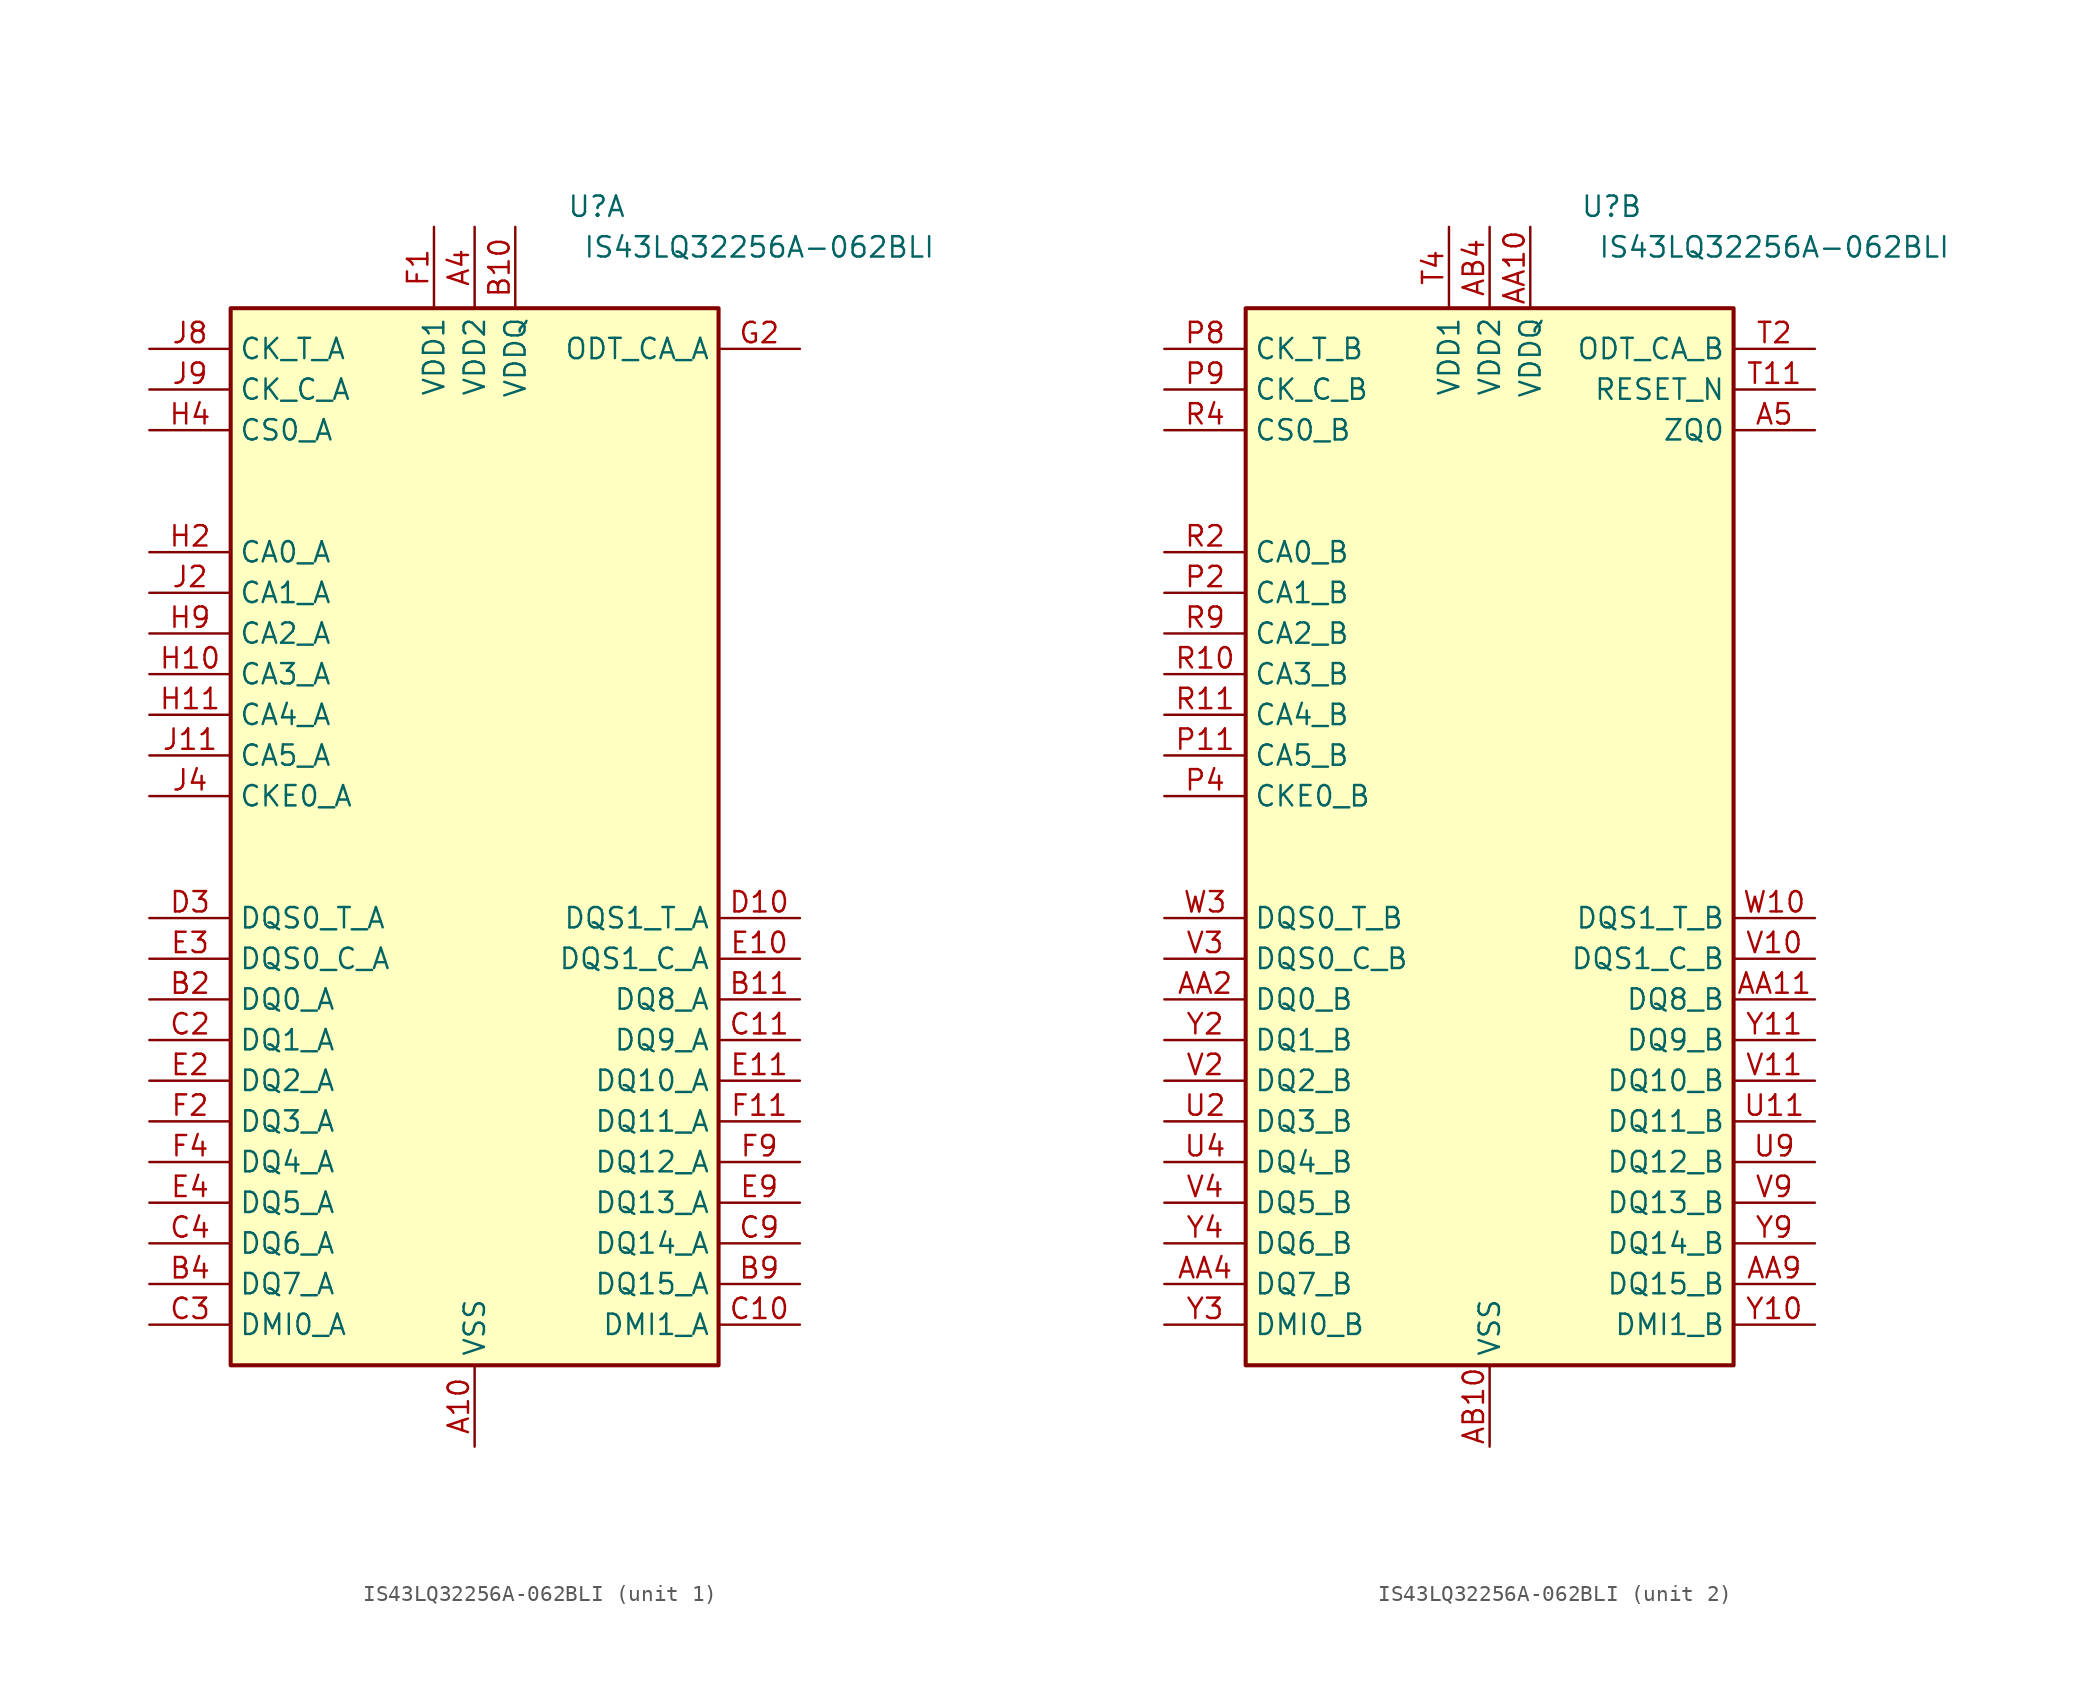
<source format=kicad_sym>
(kicad_symbol_lib
  (version 20241209)
  (generator "kicad_symbol_editor")
  (generator_version "9.0")
  (symbol "IS43LQ32256A-062BLI"
    (property "Reference" "U"
      (at 7.62 39.37 0)
      (effects (font (size 1.27 1.27))))
    (property "Value" "IS43LQ32256A-062BLI"
      (at 17.78 36.83 0)
      (effects (font (size 1.27 1.27))))
    (property "ki_locked" ""
      (at 0 0 0)
      (effects (font (size 1.27 1.27))))
    (symbol "IS43LQ32256A-062BLI_1_0"
      (rectangle (start -15.24 -33.02) (end 15.24 33.02) (stroke (width 0.254) (type default)) (fill (type background))))
    (symbol "IS43LQ32256A-062BLI_1_1"
      (pin input line (at -20.32 30.48 0) (length 5.08) (name "CK_T_A" (effects (font (size 1.27 1.27)))) (number "J8" (effects (font (size 1.27 1.27)))))
      (pin input line (at -20.32 27.94 0) (length 5.08) (name "CK_C_A" (effects (font (size 1.27 1.27)))) (number "J9" (effects (font (size 1.27 1.27)))))
      (pin input line (at -20.32 25.4 0) (length 5.08) (name "CS0_A" (effects (font (size 1.27 1.27)))) (number "H4" (effects (font (size 1.27 1.27)))))
      (pin input line (at -20.32 17.78 0) (length 5.08) (name "CA0_A" (effects (font (size 1.27 1.27)))) (number "H2" (effects (font (size 1.27 1.27)))))
      (pin input line (at -20.32 15.24 0) (length 5.08) (name "CA1_A" (effects (font (size 1.27 1.27)))) (number "J2" (effects (font (size 1.27 1.27)))))
      (pin input line (at -20.32 12.7 0) (length 5.08) (name "CA2_A" (effects (font (size 1.27 1.27)))) (number "H9" (effects (font (size 1.27 1.27)))))
      (pin input line (at -20.32 10.16 0) (length 5.08) (name "CA3_A" (effects (font (size 1.27 1.27)))) (number "H10" (effects (font (size 1.27 1.27)))))
      (pin input line (at -20.32 7.62 0) (length 5.08) (name "CA4_A" (effects (font (size 1.27 1.27)))) (number "H11" (effects (font (size 1.27 1.27)))))
      (pin input line (at -20.32 5.08 0) (length 5.08) (name "CA5_A" (effects (font (size 1.27 1.27)))) (number "J11" (effects (font (size 1.27 1.27)))))
      (pin input line (at -20.32 2.54 0) (length 5.08) (name "CKE0_A" (effects (font (size 1.27 1.27)))) (number "J4" (effects (font (size 1.27 1.27)))))
      (pin bidirectional line (at -20.32 -5.08 0) (length 5.08) (name "DQS0_T_A" (effects (font (size 1.27 1.27)))) (number "D3" (effects (font (size 1.27 1.27)))))
      (pin bidirectional line (at -20.32 -7.62 0) (length 5.08) (name "DQS0_C_A" (effects (font (size 1.27 1.27)))) (number "E3" (effects (font (size 1.27 1.27)))))
      (pin bidirectional line (at -20.32 -10.16 0) (length 5.08) (name "DQ0_A" (effects (font (size 1.27 1.27)))) (number "B2" (effects (font (size 1.27 1.27)))))
      (pin bidirectional line (at -20.32 -12.7 0) (length 5.08) (name "DQ1_A" (effects (font (size 1.27 1.27)))) (number "C2" (effects (font (size 1.27 1.27)))))
      (pin bidirectional line (at -20.32 -15.24 0) (length 5.08) (name "DQ2_A" (effects (font (size 1.27 1.27)))) (number "E2" (effects (font (size 1.27 1.27)))))
      (pin bidirectional line (at -20.32 -17.78 0) (length 5.08) (name "DQ3_A" (effects (font (size 1.27 1.27)))) (number "F2" (effects (font (size 1.27 1.27)))))
      (pin bidirectional line (at -20.32 -20.32 0) (length 5.08) (name "DQ4_A" (effects (font (size 1.27 1.27)))) (number "F4" (effects (font (size 1.27 1.27)))))
      (pin bidirectional line (at -20.32 -22.86 0) (length 5.08) (name "DQ5_A" (effects (font (size 1.27 1.27)))) (number "E4" (effects (font (size 1.27 1.27)))))
      (pin bidirectional line (at -20.32 -25.4 0) (length 5.08) (name "DQ6_A" (effects (font (size 1.27 1.27)))) (number "C4" (effects (font (size 1.27 1.27)))))
      (pin bidirectional line (at -20.32 -27.94 0) (length 5.08) (name "DQ7_A" (effects (font (size 1.27 1.27)))) (number "B4" (effects (font (size 1.27 1.27)))))
      (pin bidirectional line (at -20.32 -30.48 0) (length 5.08) (name "DMI0_A" (effects (font (size 1.27 1.27)))) (number "C3" (effects (font (size 1.27 1.27)))))
      (pin no_connect line (at -15.24 22.86 0) (length 5.08) (hide yes) (name "NC" (effects (font (size 1.27 1.27)))) (number "H3" (effects (font (size 1.27 1.27)))))
      (pin no_connect line (at -15.24 20.32 0) (length 5.08) (hide yes) (name "NC" (effects (font (size 1.27 1.27)))) (number "K5" (effects (font (size 1.27 1.27)))))
      (pin no_connect line (at -15.24 0 0) (length 5.08) (hide yes) (name "NC" (effects (font (size 1.27 1.27)))) (number "J5" (effects (font (size 1.27 1.27)))))
      (pin no_connect line (at -15.24 -2.54 0) (length 5.08) (hide yes) (name "NC" (effects (font (size 1.27 1.27)))) (number "K8" (effects (font (size 1.27 1.27)))))
      (pin power_in line (at -2.54 38.1 270) (length 5.08) (name "VDD1" (effects (font (size 1.27 1.27)))) (number "F1" (effects (font (size 1.27 1.27)))))
      (pin passive line (at -2.54 38.1 270) (length 5.08) (hide yes) (name "VDD1" (effects (font (size 1.27 1.27)))) (number "F12" (effects (font (size 1.27 1.27)))))
      (pin passive line (at -2.54 38.1 270) (length 5.08) (hide yes) (name "VDD1" (effects (font (size 1.27 1.27)))) (number "G4" (effects (font (size 1.27 1.27)))))
      (pin passive line (at -2.54 38.1 270) (length 5.08) (hide yes) (name "VDD1" (effects (font (size 1.27 1.27)))) (number "G9" (effects (font (size 1.27 1.27)))))
      (pin power_in line (at 0 38.1 270) (length 5.08) (name "VDD2" (effects (font (size 1.27 1.27)))) (number "A4" (effects (font (size 1.27 1.27)))))
      (pin passive line (at 0 38.1 270) (length 5.08) (hide yes) (name "VDD2" (effects (font (size 1.27 1.27)))) (number "A9" (effects (font (size 1.27 1.27)))))
      (pin passive line (at 0 38.1 270) (length 5.08) (hide yes) (name "VDD2" (effects (font (size 1.27 1.27)))) (number "F5" (effects (font (size 1.27 1.27)))))
      (pin passive line (at 0 38.1 270) (length 5.08) (hide yes) (name "VDD2" (effects (font (size 1.27 1.27)))) (number "F8" (effects (font (size 1.27 1.27)))))
      (pin passive line (at 0 38.1 270) (length 5.08) (hide yes) (name "VDD2" (effects (font (size 1.27 1.27)))) (number "H1" (effects (font (size 1.27 1.27)))))
      (pin passive line (at 0 38.1 270) (length 5.08) (hide yes) (name "VDD2" (effects (font (size 1.27 1.27)))) (number "H12" (effects (font (size 1.27 1.27)))))
      (pin passive line (at 0 38.1 270) (length 5.08) (hide yes) (name "VDD2" (effects (font (size 1.27 1.27)))) (number "H5" (effects (font (size 1.27 1.27)))))
      (pin passive line (at 0 38.1 270) (length 5.08) (hide yes) (name "VDD2" (effects (font (size 1.27 1.27)))) (number "H8" (effects (font (size 1.27 1.27)))))
      (pin passive line (at 0 38.1 270) (length 5.08) (hide yes) (name "VDD2" (effects (font (size 1.27 1.27)))) (number "K1" (effects (font (size 1.27 1.27)))))
      (pin passive line (at 0 38.1 270) (length 5.08) (hide yes) (name "VDD2" (effects (font (size 1.27 1.27)))) (number "K10" (effects (font (size 1.27 1.27)))))
      (pin passive line (at 0 38.1 270) (length 5.08) (hide yes) (name "VDD2" (effects (font (size 1.27 1.27)))) (number "K12" (effects (font (size 1.27 1.27)))))
      (pin passive line (at 0 38.1 270) (length 5.08) (hide yes) (name "VDD2" (effects (font (size 1.27 1.27)))) (number "K3" (effects (font (size 1.27 1.27)))))
      (pin power_in line (at 0 -38.1 90) (length 5.08) (name "VSS" (effects (font (size 1.27 1.27)))) (number "A10" (effects (font (size 1.27 1.27)))))
      (pin passive line (at 0 -38.1 90) (length 5.08) (hide yes) (name "VSS" (effects (font (size 1.27 1.27)))) (number "A3" (effects (font (size 1.27 1.27)))))
      (pin passive line (at 0 -38.1 90) (length 5.08) (hide yes) (name "VSS" (effects (font (size 1.27 1.27)))) (number "C1" (effects (font (size 1.27 1.27)))))
      (pin passive line (at 0 -38.1 90) (length 5.08) (hide yes) (name "VSS" (effects (font (size 1.27 1.27)))) (number "C12" (effects (font (size 1.27 1.27)))))
      (pin passive line (at 0 -38.1 90) (length 5.08) (hide yes) (name "VSS" (effects (font (size 1.27 1.27)))) (number "C5" (effects (font (size 1.27 1.27)))))
      (pin passive line (at 0 -38.1 90) (length 5.08) (hide yes) (name "VSS" (effects (font (size 1.27 1.27)))) (number "C8" (effects (font (size 1.27 1.27)))))
      (pin passive line (at 0 -38.1 90) (length 5.08) (hide yes) (name "VSS" (effects (font (size 1.27 1.27)))) (number "D11" (effects (font (size 1.27 1.27)))))
      (pin passive line (at 0 -38.1 90) (length 5.08) (hide yes) (name "VSS" (effects (font (size 1.27 1.27)))) (number "D2" (effects (font (size 1.27 1.27)))))
      (pin passive line (at 0 -38.1 90) (length 5.08) (hide yes) (name "VSS" (effects (font (size 1.27 1.27)))) (number "D4" (effects (font (size 1.27 1.27)))))
      (pin passive line (at 0 -38.1 90) (length 5.08) (hide yes) (name "VSS" (effects (font (size 1.27 1.27)))) (number "D9" (effects (font (size 1.27 1.27)))))
      (pin passive line (at 0 -38.1 90) (length 5.08) (hide yes) (name "VSS" (effects (font (size 1.27 1.27)))) (number "E1" (effects (font (size 1.27 1.27)))))
      (pin passive line (at 0 -38.1 90) (length 5.08) (hide yes) (name "VSS" (effects (font (size 1.27 1.27)))) (number "E12" (effects (font (size 1.27 1.27)))))
      (pin passive line (at 0 -38.1 90) (length 5.08) (hide yes) (name "VSS" (effects (font (size 1.27 1.27)))) (number "E5" (effects (font (size 1.27 1.27)))))
      (pin passive line (at 0 -38.1 90) (length 5.08) (hide yes) (name "VSS" (effects (font (size 1.27 1.27)))) (number "E8" (effects (font (size 1.27 1.27)))))
      (pin passive line (at 0 -38.1 90) (length 5.08) (hide yes) (name "VSS" (effects (font (size 1.27 1.27)))) (number "G1" (effects (font (size 1.27 1.27)))))
      (pin passive line (at 0 -38.1 90) (length 5.08) (hide yes) (name "VSS" (effects (font (size 1.27 1.27)))) (number "G10" (effects (font (size 1.27 1.27)))))
      (pin passive line (at 0 -38.1 90) (length 5.08) (hide yes) (name "VSS" (effects (font (size 1.27 1.27)))) (number "G12" (effects (font (size 1.27 1.27)))))
      (pin passive line (at 0 -38.1 90) (length 5.08) (hide yes) (name "VSS" (effects (font (size 1.27 1.27)))) (number "G3" (effects (font (size 1.27 1.27)))))
      (pin passive line (at 0 -38.1 90) (length 5.08) (hide yes) (name "VSS" (effects (font (size 1.27 1.27)))) (number "G5" (effects (font (size 1.27 1.27)))))
      (pin passive line (at 0 -38.1 90) (length 5.08) (hide yes) (name "VSS" (effects (font (size 1.27 1.27)))) (number "G8" (effects (font (size 1.27 1.27)))))
      (pin passive line (at 0 -38.1 90) (length 5.08) (hide yes) (name "VSS" (effects (font (size 1.27 1.27)))) (number "J1" (effects (font (size 1.27 1.27)))))
      (pin passive line (at 0 -38.1 90) (length 5.08) (hide yes) (name "VSS" (effects (font (size 1.27 1.27)))) (number "J10" (effects (font (size 1.27 1.27)))))
      (pin passive line (at 0 -38.1 90) (length 5.08) (hide yes) (name "VSS" (effects (font (size 1.27 1.27)))) (number "J12" (effects (font (size 1.27 1.27)))))
      (pin passive line (at 0 -38.1 90) (length 5.08) (hide yes) (name "VSS" (effects (font (size 1.27 1.27)))) (number "J3" (effects (font (size 1.27 1.27)))))
      (pin passive line (at 0 -38.1 90) (length 5.08) (hide yes) (name "VSS" (effects (font (size 1.27 1.27)))) (number "K11" (effects (font (size 1.27 1.27)))))
      (pin passive line (at 0 -38.1 90) (length 5.08) (hide yes) (name "VSS" (effects (font (size 1.27 1.27)))) (number "K2" (effects (font (size 1.27 1.27)))))
      (pin passive line (at 0 -38.1 90) (length 5.08) (hide yes) (name "VSS" (effects (font (size 1.27 1.27)))) (number "K4" (effects (font (size 1.27 1.27)))))
      (pin passive line (at 0 -38.1 90) (length 5.08) (hide yes) (name "VSS" (effects (font (size 1.27 1.27)))) (number "K9" (effects (font (size 1.27 1.27)))))
      (pin power_in line (at 2.54 38.1 270) (length 5.08) (name "VDDQ" (effects (font (size 1.27 1.27)))) (number "B10" (effects (font (size 1.27 1.27)))))
      (pin passive line (at 2.54 38.1 270) (length 5.08) (hide yes) (name "VDDQ" (effects (font (size 1.27 1.27)))) (number "B3" (effects (font (size 1.27 1.27)))))
      (pin passive line (at 2.54 38.1 270) (length 5.08) (hide yes) (name "VDDQ" (effects (font (size 1.27 1.27)))) (number "B5" (effects (font (size 1.27 1.27)))))
      (pin passive line (at 2.54 38.1 270) (length 5.08) (hide yes) (name "VDDQ" (effects (font (size 1.27 1.27)))) (number "B8" (effects (font (size 1.27 1.27)))))
      (pin passive line (at 2.54 38.1 270) (length 5.08) (hide yes) (name "VDDQ" (effects (font (size 1.27 1.27)))) (number "D1" (effects (font (size 1.27 1.27)))))
      (pin passive line (at 2.54 38.1 270) (length 5.08) (hide yes) (name "VDDQ" (effects (font (size 1.27 1.27)))) (number "D12" (effects (font (size 1.27 1.27)))))
      (pin passive line (at 2.54 38.1 270) (length 5.08) (hide yes) (name "VDDQ" (effects (font (size 1.27 1.27)))) (number "D5" (effects (font (size 1.27 1.27)))))
      (pin passive line (at 2.54 38.1 270) (length 5.08) (hide yes) (name "VDDQ" (effects (font (size 1.27 1.27)))) (number "D8" (effects (font (size 1.27 1.27)))))
      (pin passive line (at 2.54 38.1 270) (length 5.08) (hide yes) (name "VDDQ" (effects (font (size 1.27 1.27)))) (number "F10" (effects (font (size 1.27 1.27)))))
      (pin passive line (at 2.54 38.1 270) (length 5.08) (hide yes) (name "VDDQ" (effects (font (size 1.27 1.27)))) (number "F3" (effects (font (size 1.27 1.27)))))
      (pin no_connect line (at 15.24 12.7 180) (length 5.08) (hide yes) (name "DNU" (effects (font (size 1.27 1.27)))) (number "A1" (effects (font (size 1.27 1.27)))))
      (pin no_connect line (at 15.24 10.16 180) (length 5.08) (hide yes) (name "DNU" (effects (font (size 1.27 1.27)))) (number "A2" (effects (font (size 1.27 1.27)))))
      (pin no_connect line (at 15.24 7.62 180) (length 5.08) (hide yes) (name "DNU" (effects (font (size 1.27 1.27)))) (number "A11" (effects (font (size 1.27 1.27)))))
      (pin no_connect line (at 15.24 5.08 180) (length 5.08) (hide yes) (name "DNU" (effects (font (size 1.27 1.27)))) (number "A12" (effects (font (size 1.27 1.27)))))
      (pin no_connect line (at 15.24 2.54 180) (length 5.08) (hide yes) (name "DNU" (effects (font (size 1.27 1.27)))) (number "B1" (effects (font (size 1.27 1.27)))))
      (pin no_connect line (at 15.24 0 180) (length 5.08) (hide yes) (name "DNU" (effects (font (size 1.27 1.27)))) (number "B12" (effects (font (size 1.27 1.27)))))
      (pin input line (at 20.32 30.48 180) (length 5.08) (name "ODT_CA_A" (effects (font (size 1.27 1.27)))) (number "G2" (effects (font (size 1.27 1.27)))))
      (pin bidirectional line (at 20.32 -5.08 180) (length 5.08) (name "DQS1_T_A" (effects (font (size 1.27 1.27)))) (number "D10" (effects (font (size 1.27 1.27)))))
      (pin bidirectional line (at 20.32 -7.62 180) (length 5.08) (name "DQS1_C_A" (effects (font (size 1.27 1.27)))) (number "E10" (effects (font (size 1.27 1.27)))))
      (pin bidirectional line (at 20.32 -10.16 180) (length 5.08) (name "DQ8_A" (effects (font (size 1.27 1.27)))) (number "B11" (effects (font (size 1.27 1.27)))))
      (pin bidirectional line (at 20.32 -12.7 180) (length 5.08) (name "DQ9_A" (effects (font (size 1.27 1.27)))) (number "C11" (effects (font (size 1.27 1.27)))))
      (pin bidirectional line (at 20.32 -15.24 180) (length 5.08) (name "DQ10_A" (effects (font (size 1.27 1.27)))) (number "E11" (effects (font (size 1.27 1.27)))))
      (pin bidirectional line (at 20.32 -17.78 180) (length 5.08) (name "DQ11_A" (effects (font (size 1.27 1.27)))) (number "F11" (effects (font (size 1.27 1.27)))))
      (pin bidirectional line (at 20.32 -20.32 180) (length 5.08) (name "DQ12_A" (effects (font (size 1.27 1.27)))) (number "F9" (effects (font (size 1.27 1.27)))))
      (pin bidirectional line (at 20.32 -22.86 180) (length 5.08) (name "DQ13_A" (effects (font (size 1.27 1.27)))) (number "E9" (effects (font (size 1.27 1.27)))))
      (pin bidirectional line (at 20.32 -25.4 180) (length 5.08) (name "DQ14_A" (effects (font (size 1.27 1.27)))) (number "C9" (effects (font (size 1.27 1.27)))))
      (pin bidirectional line (at 20.32 -27.94 180) (length 5.08) (name "DQ15_A" (effects (font (size 1.27 1.27)))) (number "B9" (effects (font (size 1.27 1.27)))))
      (pin bidirectional line (at 20.32 -30.48 180) (length 5.08) (name "DMI1_A" (effects (font (size 1.27 1.27)))) (number "C10" (effects (font (size 1.27 1.27))))))
    (symbol "IS43LQ32256A-062BLI_2_0"
      (rectangle (start -15.24 -33.02) (end 15.24 33.02) (stroke (width 0.254) (type default)) (fill (type background))))
    (symbol "IS43LQ32256A-062BLI_2_1"
      (pin input line (at -20.32 30.48 0) (length 5.08) (name "CK_T_B" (effects (font (size 1.27 1.27)))) (number "P8" (effects (font (size 1.27 1.27)))))
      (pin input line (at -20.32 27.94 0) (length 5.08) (name "CK_C_B" (effects (font (size 1.27 1.27)))) (number "P9" (effects (font (size 1.27 1.27)))))
      (pin input line (at -20.32 25.4 0) (length 5.08) (name "CS0_B" (effects (font (size 1.27 1.27)))) (number "R4" (effects (font (size 1.27 1.27)))))
      (pin input line (at -20.32 17.78 0) (length 5.08) (name "CA0_B" (effects (font (size 1.27 1.27)))) (number "R2" (effects (font (size 1.27 1.27)))))
      (pin input line (at -20.32 15.24 0) (length 5.08) (name "CA1_B" (effects (font (size 1.27 1.27)))) (number "P2" (effects (font (size 1.27 1.27)))))
      (pin input line (at -20.32 12.7 0) (length 5.08) (name "CA2_B" (effects (font (size 1.27 1.27)))) (number "R9" (effects (font (size 1.27 1.27)))))
      (pin input line (at -20.32 10.16 0) (length 5.08) (name "CA3_B" (effects (font (size 1.27 1.27)))) (number "R10" (effects (font (size 1.27 1.27)))))
      (pin input line (at -20.32 7.62 0) (length 5.08) (name "CA4_B" (effects (font (size 1.27 1.27)))) (number "R11" (effects (font (size 1.27 1.27)))))
      (pin input line (at -20.32 5.08 0) (length 5.08) (name "CA5_B" (effects (font (size 1.27 1.27)))) (number "P11" (effects (font (size 1.27 1.27)))))
      (pin input line (at -20.32 2.54 0) (length 5.08) (name "CKE0_B" (effects (font (size 1.27 1.27)))) (number "P4" (effects (font (size 1.27 1.27)))))
      (pin bidirectional line (at -20.32 -5.08 0) (length 5.08) (name "DQS0_T_B" (effects (font (size 1.27 1.27)))) (number "W3" (effects (font (size 1.27 1.27)))))
      (pin bidirectional line (at -20.32 -7.62 0) (length 5.08) (name "DQS0_C_B" (effects (font (size 1.27 1.27)))) (number "V3" (effects (font (size 1.27 1.27)))))
      (pin bidirectional line (at -20.32 -10.16 0) (length 5.08) (name "DQ0_B" (effects (font (size 1.27 1.27)))) (number "AA2" (effects (font (size 1.27 1.27)))))
      (pin bidirectional line (at -20.32 -12.7 0) (length 5.08) (name "DQ1_B" (effects (font (size 1.27 1.27)))) (number "Y2" (effects (font (size 1.27 1.27)))))
      (pin bidirectional line (at -20.32 -15.24 0) (length 5.08) (name "DQ2_B" (effects (font (size 1.27 1.27)))) (number "V2" (effects (font (size 1.27 1.27)))))
      (pin bidirectional line (at -20.32 -17.78 0) (length 5.08) (name "DQ3_B" (effects (font (size 1.27 1.27)))) (number "U2" (effects (font (size 1.27 1.27)))))
      (pin bidirectional line (at -20.32 -20.32 0) (length 5.08) (name "DQ4_B" (effects (font (size 1.27 1.27)))) (number "U4" (effects (font (size 1.27 1.27)))))
      (pin bidirectional line (at -20.32 -22.86 0) (length 5.08) (name "DQ5_B" (effects (font (size 1.27 1.27)))) (number "V4" (effects (font (size 1.27 1.27)))))
      (pin bidirectional line (at -20.32 -25.4 0) (length 5.08) (name "DQ6_B" (effects (font (size 1.27 1.27)))) (number "Y4" (effects (font (size 1.27 1.27)))))
      (pin bidirectional line (at -20.32 -27.94 0) (length 5.08) (name "DQ7_B" (effects (font (size 1.27 1.27)))) (number "AA4" (effects (font (size 1.27 1.27)))))
      (pin bidirectional line (at -20.32 -30.48 0) (length 5.08) (name "DMI0_B" (effects (font (size 1.27 1.27)))) (number "Y3" (effects (font (size 1.27 1.27)))))
      (pin no_connect line (at -15.24 22.86 0) (length 5.08) (hide yes) (name "NC" (effects (font (size 1.27 1.27)))) (number "R3" (effects (font (size 1.27 1.27)))))
      (pin no_connect line (at -15.24 20.32 0) (length 5.08) (hide yes) (name "NC" (effects (font (size 1.27 1.27)))) (number "N5" (effects (font (size 1.27 1.27)))))
      (pin no_connect line (at -15.24 0 0) (length 5.08) (hide yes) (name "NC" (effects (font (size 1.27 1.27)))) (number "P5" (effects (font (size 1.27 1.27)))))
      (pin no_connect line (at -15.24 -2.54 0) (length 5.08) (hide yes) (name "NC" (effects (font (size 1.27 1.27)))) (number "N8" (effects (font (size 1.27 1.27)))))
      (pin power_in line (at -2.54 38.1 270) (length 5.08) (name "VDD1" (effects (font (size 1.27 1.27)))) (number "T4" (effects (font (size 1.27 1.27)))))
      (pin passive line (at -2.54 38.1 270) (length 5.08) (hide yes) (name "VDD1" (effects (font (size 1.27 1.27)))) (number "T9" (effects (font (size 1.27 1.27)))))
      (pin passive line (at -2.54 38.1 270) (length 5.08) (hide yes) (name "VDD1" (effects (font (size 1.27 1.27)))) (number "U1" (effects (font (size 1.27 1.27)))))
      (pin passive line (at -2.54 38.1 270) (length 5.08) (hide yes) (name "VDD1" (effects (font (size 1.27 1.27)))) (number "U12" (effects (font (size 1.27 1.27)))))
      (pin power_in line (at 0 38.1 270) (length 5.08) (name "VDD2" (effects (font (size 1.27 1.27)))) (number "AB4" (effects (font (size 1.27 1.27)))))
      (pin passive line (at 0 38.1 270) (length 5.08) (hide yes) (name "VDD2" (effects (font (size 1.27 1.27)))) (number "AB9" (effects (font (size 1.27 1.27)))))
      (pin passive line (at 0 38.1 270) (length 5.08) (hide yes) (name "VDD2" (effects (font (size 1.27 1.27)))) (number "N1" (effects (font (size 1.27 1.27)))))
      (pin passive line (at 0 38.1 270) (length 5.08) (hide yes) (name "VDD2" (effects (font (size 1.27 1.27)))) (number "N10" (effects (font (size 1.27 1.27)))))
      (pin passive line (at 0 38.1 270) (length 5.08) (hide yes) (name "VDD2" (effects (font (size 1.27 1.27)))) (number "N12" (effects (font (size 1.27 1.27)))))
      (pin passive line (at 0 38.1 270) (length 5.08) (hide yes) (name "VDD2" (effects (font (size 1.27 1.27)))) (number "N3" (effects (font (size 1.27 1.27)))))
      (pin passive line (at 0 38.1 270) (length 5.08) (hide yes) (name "VDD2" (effects (font (size 1.27 1.27)))) (number "R1" (effects (font (size 1.27 1.27)))))
      (pin passive line (at 0 38.1 270) (length 5.08) (hide yes) (name "VDD2" (effects (font (size 1.27 1.27)))) (number "R12" (effects (font (size 1.27 1.27)))))
      (pin passive line (at 0 38.1 270) (length 5.08) (hide yes) (name "VDD2" (effects (font (size 1.27 1.27)))) (number "R5" (effects (font (size 1.27 1.27)))))
      (pin passive line (at 0 38.1 270) (length 5.08) (hide yes) (name "VDD2" (effects (font (size 1.27 1.27)))) (number "R8" (effects (font (size 1.27 1.27)))))
      (pin passive line (at 0 38.1 270) (length 5.08) (hide yes) (name "VDD2" (effects (font (size 1.27 1.27)))) (number "U5" (effects (font (size 1.27 1.27)))))
      (pin passive line (at 0 38.1 270) (length 5.08) (hide yes) (name "VDD2" (effects (font (size 1.27 1.27)))) (number "U8" (effects (font (size 1.27 1.27)))))
      (pin power_in line (at 0 -38.1 90) (length 5.08) (name "VSS" (effects (font (size 1.27 1.27)))) (number "AB10" (effects (font (size 1.27 1.27)))))
      (pin passive line (at 0 -38.1 90) (length 5.08) (hide yes) (name "VSS" (effects (font (size 1.27 1.27)))) (number "AB3" (effects (font (size 1.27 1.27)))))
      (pin passive line (at 0 -38.1 90) (length 5.08) (hide yes) (name "VSS" (effects (font (size 1.27 1.27)))) (number "AB5" (effects (font (size 1.27 1.27)))))
      (pin passive line (at 0 -38.1 90) (length 5.08) (hide yes) (name "VSS" (effects (font (size 1.27 1.27)))) (number "AB8" (effects (font (size 1.27 1.27)))))
      (pin passive line (at 0 -38.1 90) (length 5.08) (hide yes) (name "VSS" (effects (font (size 1.27 1.27)))) (number "N11" (effects (font (size 1.27 1.27)))))
      (pin passive line (at 0 -38.1 90) (length 5.08) (hide yes) (name "VSS" (effects (font (size 1.27 1.27)))) (number "N2" (effects (font (size 1.27 1.27)))))
      (pin passive line (at 0 -38.1 90) (length 5.08) (hide yes) (name "VSS" (effects (font (size 1.27 1.27)))) (number "N4" (effects (font (size 1.27 1.27)))))
      (pin passive line (at 0 -38.1 90) (length 5.08) (hide yes) (name "VSS" (effects (font (size 1.27 1.27)))) (number "N9" (effects (font (size 1.27 1.27)))))
      (pin passive line (at 0 -38.1 90) (length 5.08) (hide yes) (name "VSS" (effects (font (size 1.27 1.27)))) (number "P1" (effects (font (size 1.27 1.27)))))
      (pin passive line (at 0 -38.1 90) (length 5.08) (hide yes) (name "VSS" (effects (font (size 1.27 1.27)))) (number "P10" (effects (font (size 1.27 1.27)))))
      (pin passive line (at 0 -38.1 90) (length 5.08) (hide yes) (name "VSS" (effects (font (size 1.27 1.27)))) (number "P12" (effects (font (size 1.27 1.27)))))
      (pin passive line (at 0 -38.1 90) (length 5.08) (hide yes) (name "VSS" (effects (font (size 1.27 1.27)))) (number "P3" (effects (font (size 1.27 1.27)))))
      (pin passive line (at 0 -38.1 90) (length 5.08) (hide yes) (name "VSS" (effects (font (size 1.27 1.27)))) (number "T1" (effects (font (size 1.27 1.27)))))
      (pin passive line (at 0 -38.1 90) (length 5.08) (hide yes) (name "VSS" (effects (font (size 1.27 1.27)))) (number "T10" (effects (font (size 1.27 1.27)))))
      (pin passive line (at 0 -38.1 90) (length 5.08) (hide yes) (name "VSS" (effects (font (size 1.27 1.27)))) (number "T12" (effects (font (size 1.27 1.27)))))
      (pin passive line (at 0 -38.1 90) (length 5.08) (hide yes) (name "VSS" (effects (font (size 1.27 1.27)))) (number "T3" (effects (font (size 1.27 1.27)))))
      (pin passive line (at 0 -38.1 90) (length 5.08) (hide yes) (name "VSS" (effects (font (size 1.27 1.27)))) (number "T5" (effects (font (size 1.27 1.27)))))
      (pin passive line (at 0 -38.1 90) (length 5.08) (hide yes) (name "VSS" (effects (font (size 1.27 1.27)))) (number "T8" (effects (font (size 1.27 1.27)))))
      (pin passive line (at 0 -38.1 90) (length 5.08) (hide yes) (name "VSS" (effects (font (size 1.27 1.27)))) (number "V1" (effects (font (size 1.27 1.27)))))
      (pin passive line (at 0 -38.1 90) (length 5.08) (hide yes) (name "VSS" (effects (font (size 1.27 1.27)))) (number "V12" (effects (font (size 1.27 1.27)))))
      (pin passive line (at 0 -38.1 90) (length 5.08) (hide yes) (name "VSS" (effects (font (size 1.27 1.27)))) (number "V5" (effects (font (size 1.27 1.27)))))
      (pin passive line (at 0 -38.1 90) (length 5.08) (hide yes) (name "VSS" (effects (font (size 1.27 1.27)))) (number "V8" (effects (font (size 1.27 1.27)))))
      (pin passive line (at 0 -38.1 90) (length 5.08) (hide yes) (name "VSS" (effects (font (size 1.27 1.27)))) (number "W11" (effects (font (size 1.27 1.27)))))
      (pin passive line (at 0 -38.1 90) (length 5.08) (hide yes) (name "VSS" (effects (font (size 1.27 1.27)))) (number "W2" (effects (font (size 1.27 1.27)))))
      (pin passive line (at 0 -38.1 90) (length 5.08) (hide yes) (name "VSS" (effects (font (size 1.27 1.27)))) (number "W4" (effects (font (size 1.27 1.27)))))
      (pin passive line (at 0 -38.1 90) (length 5.08) (hide yes) (name "VSS" (effects (font (size 1.27 1.27)))) (number "W9" (effects (font (size 1.27 1.27)))))
      (pin passive line (at 0 -38.1 90) (length 5.08) (hide yes) (name "VSS" (effects (font (size 1.27 1.27)))) (number "Y1" (effects (font (size 1.27 1.27)))))
      (pin passive line (at 0 -38.1 90) (length 5.08) (hide yes) (name "VSS" (effects (font (size 1.27 1.27)))) (number "Y12" (effects (font (size 1.27 1.27)))))
      (pin passive line (at 0 -38.1 90) (length 5.08) (hide yes) (name "VSS" (effects (font (size 1.27 1.27)))) (number "Y5" (effects (font (size 1.27 1.27)))))
      (pin passive line (at 0 -38.1 90) (length 5.08) (hide yes) (name "VSS" (effects (font (size 1.27 1.27)))) (number "Y8" (effects (font (size 1.27 1.27)))))
      (pin power_in line (at 2.54 38.1 270) (length 5.08) (name "VDDQ" (effects (font (size 1.27 1.27)))) (number "AA10" (effects (font (size 1.27 1.27)))))
      (pin passive line (at 2.54 38.1 270) (length 5.08) (hide yes) (name "VDDQ" (effects (font (size 1.27 1.27)))) (number "AA3" (effects (font (size 1.27 1.27)))))
      (pin passive line (at 2.54 38.1 270) (length 5.08) (hide yes) (name "VDDQ" (effects (font (size 1.27 1.27)))) (number "AA5" (effects (font (size 1.27 1.27)))))
      (pin passive line (at 2.54 38.1 270) (length 5.08) (hide yes) (name "VDDQ" (effects (font (size 1.27 1.27)))) (number "AA8" (effects (font (size 1.27 1.27)))))
      (pin passive line (at 2.54 38.1 270) (length 5.08) (hide yes) (name "VDDQ" (effects (font (size 1.27 1.27)))) (number "U10" (effects (font (size 1.27 1.27)))))
      (pin passive line (at 2.54 38.1 270) (length 5.08) (hide yes) (name "VDDQ" (effects (font (size 1.27 1.27)))) (number "U3" (effects (font (size 1.27 1.27)))))
      (pin passive line (at 2.54 38.1 270) (length 5.08) (hide yes) (name "VDDQ" (effects (font (size 1.27 1.27)))) (number "W1" (effects (font (size 1.27 1.27)))))
      (pin passive line (at 2.54 38.1 270) (length 5.08) (hide yes) (name "VDDQ" (effects (font (size 1.27 1.27)))) (number "W12" (effects (font (size 1.27 1.27)))))
      (pin passive line (at 2.54 38.1 270) (length 5.08) (hide yes) (name "VDDQ" (effects (font (size 1.27 1.27)))) (number "W5" (effects (font (size 1.27 1.27)))))
      (pin passive line (at 2.54 38.1 270) (length 5.08) (hide yes) (name "VDDQ" (effects (font (size 1.27 1.27)))) (number "W8" (effects (font (size 1.27 1.27)))))
      (pin no_connect line (at 15.24 22.86 180) (length 5.08) (hide yes) (name "NC" (effects (font (size 1.27 1.27)))) (number "A8" (effects (font (size 1.27 1.27)))))
      (pin no_connect line (at 15.24 20.32 180) (length 5.08) (hide yes) (name "NC" (effects (font (size 1.27 1.27)))) (number "G11" (effects (font (size 1.27 1.27)))))
      (pin no_connect line (at 15.24 12.7 180) (length 5.08) (hide yes) (name "DNU" (effects (font (size 1.27 1.27)))) (number "AA1" (effects (font (size 1.27 1.27)))))
      (pin no_connect line (at 15.24 10.16 180) (length 5.08) (hide yes) (name "DNU" (effects (font (size 1.27 1.27)))) (number "AA12" (effects (font (size 1.27 1.27)))))
      (pin no_connect line (at 15.24 7.62 180) (length 5.08) (hide yes) (name "DNU" (effects (font (size 1.27 1.27)))) (number "AB1" (effects (font (size 1.27 1.27)))))
      (pin no_connect line (at 15.24 5.08 180) (length 5.08) (hide yes) (name "DNU" (effects (font (size 1.27 1.27)))) (number "AB2" (effects (font (size 1.27 1.27)))))
      (pin no_connect line (at 15.24 2.54 180) (length 5.08) (hide yes) (name "DNU" (effects (font (size 1.27 1.27)))) (number "AB11" (effects (font (size 1.27 1.27)))))
      (pin no_connect line (at 15.24 0 180) (length 5.08) (hide yes) (name "DNU" (effects (font (size 1.27 1.27)))) (number "AB12" (effects (font (size 1.27 1.27)))))
      (pin input line (at 20.32 30.48 180) (length 5.08) (name "ODT_CA_B" (effects (font (size 1.27 1.27)))) (number "T2" (effects (font (size 1.27 1.27)))))
      (pin input line (at 20.32 27.94 180) (length 5.08) (name "RESET_N" (effects (font (size 1.27 1.27)))) (number "T11" (effects (font (size 1.27 1.27)))))
      (pin input line (at 20.32 25.4 180) (length 5.08) (name "ZQ0" (effects (font (size 1.27 1.27)))) (number "A5" (effects (font (size 1.27 1.27)))))
      (pin bidirectional line (at 20.32 -5.08 180) (length 5.08) (name "DQS1_T_B" (effects (font (size 1.27 1.27)))) (number "W10" (effects (font (size 1.27 1.27)))))
      (pin bidirectional line (at 20.32 -7.62 180) (length 5.08) (name "DQS1_C_B" (effects (font (size 1.27 1.27)))) (number "V10" (effects (font (size 1.27 1.27)))))
      (pin bidirectional line (at 20.32 -10.16 180) (length 5.08) (name "DQ8_B" (effects (font (size 1.27 1.27)))) (number "AA11" (effects (font (size 1.27 1.27)))))
      (pin bidirectional line (at 20.32 -12.7 180) (length 5.08) (name "DQ9_B" (effects (font (size 1.27 1.27)))) (number "Y11" (effects (font (size 1.27 1.27)))))
      (pin bidirectional line (at 20.32 -15.24 180) (length 5.08) (name "DQ10_B" (effects (font (size 1.27 1.27)))) (number "V11" (effects (font (size 1.27 1.27)))))
      (pin bidirectional line (at 20.32 -17.78 180) (length 5.08) (name "DQ11_B" (effects (font (size 1.27 1.27)))) (number "U11" (effects (font (size 1.27 1.27)))))
      (pin bidirectional line (at 20.32 -20.32 180) (length 5.08) (name "DQ12_B" (effects (font (size 1.27 1.27)))) (number "U9" (effects (font (size 1.27 1.27)))))
      (pin bidirectional line (at 20.32 -22.86 180) (length 5.08) (name "DQ13_B" (effects (font (size 1.27 1.27)))) (number "V9" (effects (font (size 1.27 1.27)))))
      (pin bidirectional line (at 20.32 -25.4 180) (length 5.08) (name "DQ14_B" (effects (font (size 1.27 1.27)))) (number "Y9" (effects (font (size 1.27 1.27)))))
      (pin bidirectional line (at 20.32 -27.94 180) (length 5.08) (name "DQ15_B" (effects (font (size 1.27 1.27)))) (number "AA9" (effects (font (size 1.27 1.27)))))
      (pin bidirectional line (at 20.32 -30.48 180) (length 5.08) (name "DMI1_B" (effects (font (size 1.27 1.27)))) (number "Y10" (effects (font (size 1.27 1.27))))))))
</source>
